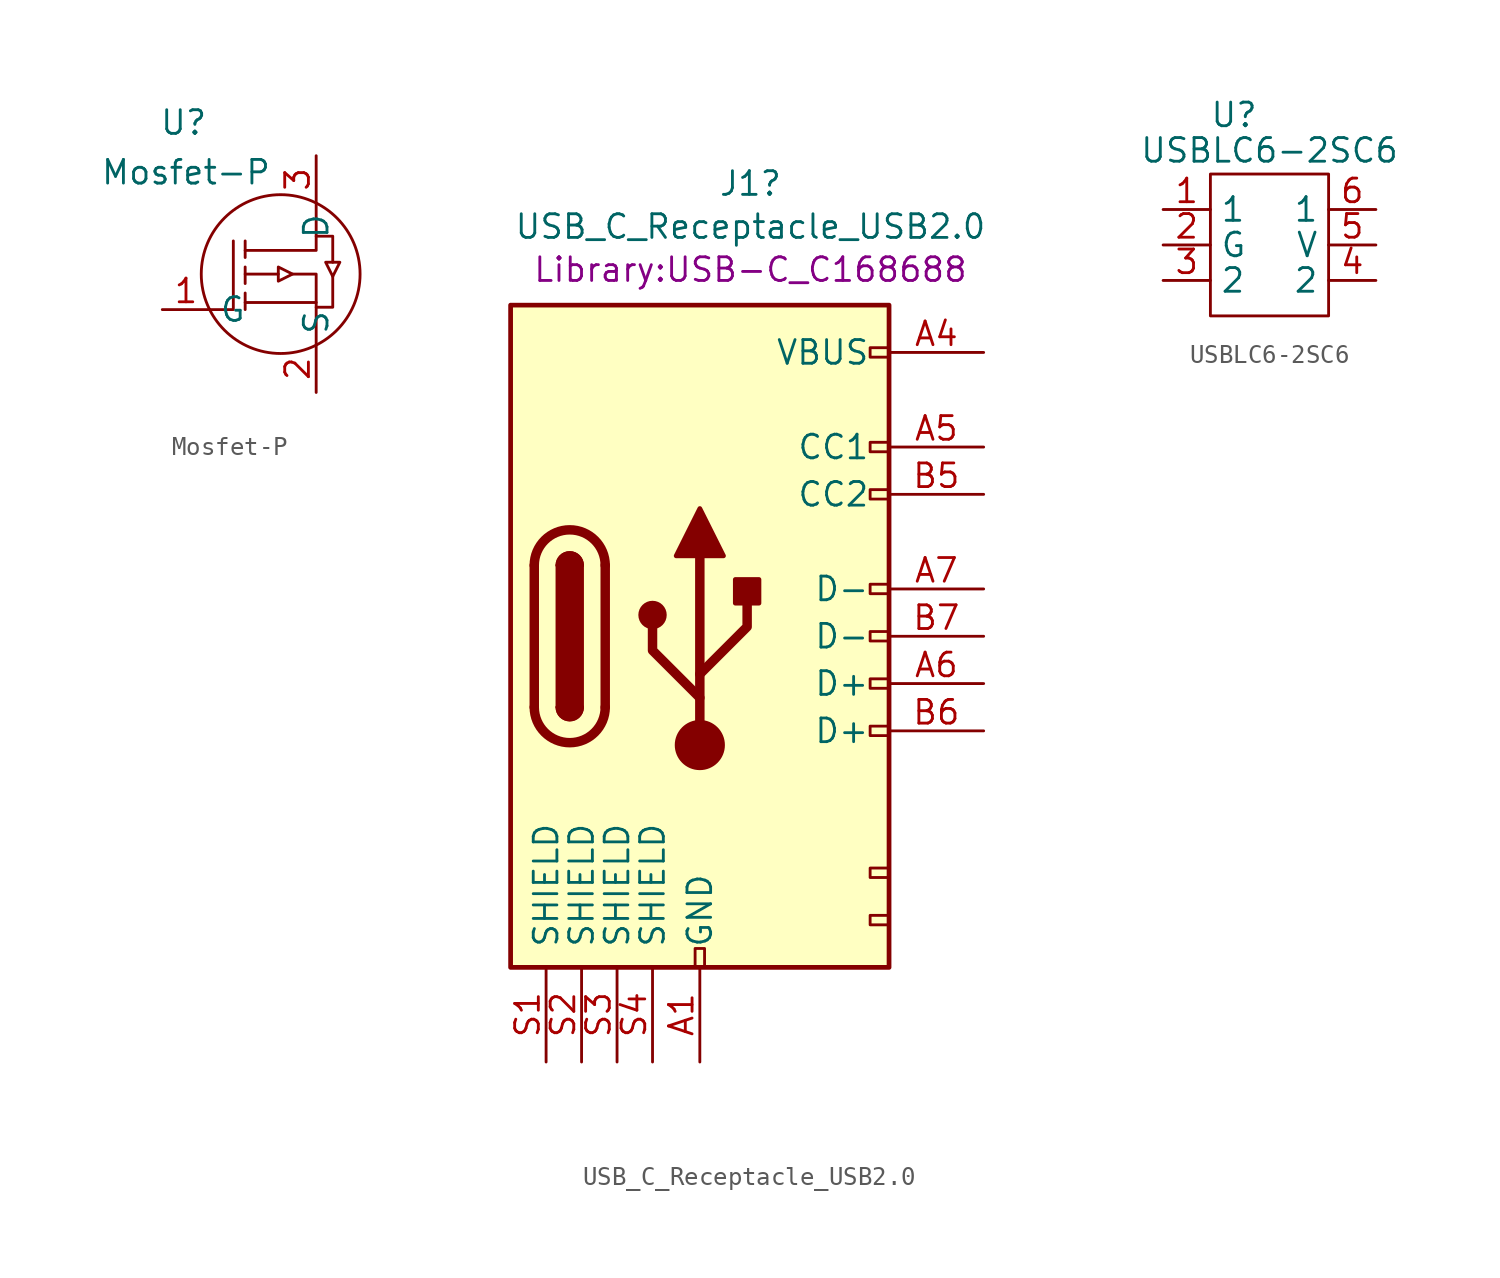
<source format=kicad_sym>
(kicad_symbol_lib
  (version 20211014)
  (generator kicad_symbol_editor)
  (symbol "Mosfet-P"
    (property "Reference" "U"
      (at -5.207 8.128 0)
      (effects (font (size 1.27 1.27))))
    (property "Value" "Mosfet-P"
      (at -5.08 5.461 0)
      (effects (font (size 1.27 1.27))))
    (symbol "Mosfet-P_0_1"
      (polyline (pts (xy -1.905 -1.905) (xy -1.905 -1.016)) (stroke (width 0) (type default) (color 0 0 0 0)) (fill (type none)))
      (polyline (pts (xy -1.905 -1.524) (xy 1.905 -1.524)) (stroke (width 0) (type default) (color 0 0 0 0)) (fill (type none)))
      (polyline (pts (xy -1.905 0) (xy -0.127 0)) (stroke (width 0) (type default) (color 0 0 0 0)) (fill (type none)))
      (polyline (pts (xy -1.905 0.381) (xy -1.905 -0.508)) (stroke (width 0) (type default) (color 0 0 0 0)) (fill (type none)))
      (polyline (pts (xy -1.905 1.778) (xy -1.905 0.889)) (stroke (width 0) (type default) (color 0 0 0 0)) (fill (type none)))
      (polyline (pts (xy -3.81 -1.905) (xy -2.54 -1.905) (xy -2.54 1.778)) (stroke (width 0) (type default) (color 0 0 0 0)) (fill (type none)))
      (polyline (pts (xy -1.905 1.27) (xy 1.905 1.27) (xy 1.905 3.81)) (stroke (width 0) (type default) (color 0 0 0 0)) (fill (type none)))
      (polyline (pts (xy 1.905 -3.81) (xy 1.905 0) (xy 0.635 0)) (stroke (width 0) (type default) (color 0 0 0 0)) (fill (type none)))
      (polyline (pts (xy 1.905 2.032) (xy 2.794 2.032) (xy 2.794 0.635)) (stroke (width 0) (type default) (color 0 0 0 0)) (fill (type none)))
      (polyline (pts (xy 2.794 -0.127) (xy 2.794 -1.778) (xy 1.905 -1.778)) (stroke (width 0) (type default) (color 0 0 0 0)) (fill (type none)))
      (polyline (pts (xy -0.127 0.381) (xy -0.127 -0.381) (xy 0.635 0) (xy -0.127 0.381)) (stroke (width 0) (type default) (color 0 0 0 0)) (fill (type none)))
      (polyline (pts (xy 3.175 0.635) (xy 2.413 0.635) (xy 2.794 -0.127) (xy 3.175 0.635)) (stroke (width 0) (type default) (color 0 0 0 0)) (fill (type none)))
      (circle (center 0 0) (radius 4.26) (stroke (width 0) (type default) (color 0 0 0 0)) (fill (type none))))
    (symbol "Mosfet-P_1_1"
      (pin input line (at -6.35 -1.905 0) (length 2.54) (name "G" (effects (font (size 1.27 1.27)))) (number "1" (effects (font (size 1.27 1.27)))))
      (pin input line (at 1.905 -6.35 90) (length 2.54) (name "S" (effects (font (size 1.27 1.27)))) (number "2" (effects (font (size 1.27 1.27)))))
      (pin input line (at 1.905 6.35 270) (length 2.54) (name "D" (effects (font (size 1.27 1.27)))) (number "3" (effects (font (size 1.27 1.27)))))))
  (symbol "USB_C_Receptacle_USB2.0"
    (pin_names
      (offset 1.016))
    (property "Reference" "J1"
      (at 2.718 24.308 0)
      (effects (font (size 1.27 1.27))))
    (property "Value" "USB_C_Receptacle_USB2.0"
      (at 2.718 21.996 0)
      (effects (font (size 1.27 1.27))))
    (property "Footprint" "Library:USB-C_C168688"
      (at 2.718 19.685 0)
      (effects (font (size 1.27 1.27))))
    (symbol "USB_C_Receptacle_USB2.0_0_0"
      (rectangle (start -0.254 -17.78) (end 0.254 -16.764) (stroke (width 0) (type default) (color 0 0 0 0)) (fill (type none)))
      (rectangle (start 10.16 -14.986) (end 9.144 -15.494) (stroke (width 0) (type default) (color 0 0 0 0)) (fill (type none)))
      (rectangle (start 10.16 -12.446) (end 9.144 -12.954) (stroke (width 0) (type default) (color 0 0 0 0)) (fill (type none)))
      (rectangle (start 10.16 -4.826) (end 9.144 -5.334) (stroke (width 0) (type default) (color 0 0 0 0)) (fill (type none)))
      (rectangle (start 10.16 -2.286) (end 9.144 -2.794) (stroke (width 0) (type default) (color 0 0 0 0)) (fill (type none)))
      (rectangle (start 10.16 0.254) (end 9.144 -0.254) (stroke (width 0) (type default) (color 0 0 0 0)) (fill (type none)))
      (rectangle (start 10.16 2.794) (end 9.144 2.286) (stroke (width 0) (type default) (color 0 0 0 0)) (fill (type none)))
      (rectangle (start 10.16 7.874) (end 9.144 7.366) (stroke (width 0) (type default) (color 0 0 0 0)) (fill (type none)))
      (rectangle (start 10.16 10.414) (end 9.144 9.906) (stroke (width 0) (type default) (color 0 0 0 0)) (fill (type none)))
      (rectangle (start 10.16 15.494) (end 9.144 14.986) (stroke (width 0) (type default) (color 0 0 0 0)) (fill (type none))))
    (symbol "USB_C_Receptacle_USB2.0_0_1"
      (rectangle (start -10.16 17.78) (end 10.16 -17.78) (stroke (width 0.254) (type default) (color 0 0 0 0)) (fill (type background)))
      (arc (start -8.89 -3.81) (mid -6.985 -5.715) (end -5.08 -3.81) (stroke (width 0.508) (type default) (color 0 0 0 0)) (fill (type none)))
      (arc (start -7.62 -3.81) (mid -6.985 -4.445) (end -6.35 -3.81) (stroke (width 0.254) (type default) (color 0 0 0 0)) (fill (type none)))
      (arc (start -7.62 -3.81) (mid -6.985 -4.445) (end -6.35 -3.81) (stroke (width 0.254) (type default) (color 0 0 0 0)) (fill (type outline)))
      (rectangle (start -7.62 -3.81) (end -6.35 3.81) (stroke (width 0.254) (type default) (color 0 0 0 0)) (fill (type outline)))
      (arc (start -6.35 3.81) (mid -6.985 4.445) (end -7.62 3.81) (stroke (width 0.254) (type default) (color 0 0 0 0)) (fill (type none)))
      (arc (start -6.35 3.81) (mid -6.985 4.445) (end -7.62 3.81) (stroke (width 0.254) (type default) (color 0 0 0 0)) (fill (type outline)))
      (arc (start -5.08 3.81) (mid -6.985 5.715) (end -8.89 3.81) (stroke (width 0.508) (type default) (color 0 0 0 0)) (fill (type none)))
      (circle (center -2.54 1.143) (radius 0.635) (stroke (width 0.254) (type default) (color 0 0 0 0)) (fill (type outline)))
      (circle (center 0 -5.842) (radius 1.27) (stroke (width 0) (type default) (color 0 0 0 0)) (fill (type outline)))
      (polyline (pts (xy -8.89 -3.81) (xy -8.89 3.81)) (stroke (width 0.508) (type default) (color 0 0 0 0)) (fill (type none)))
      (polyline (pts (xy -5.08 3.81) (xy -5.08 -3.81)) (stroke (width 0.508) (type default) (color 0 0 0 0)) (fill (type none)))
      (polyline (pts (xy 0 -5.842) (xy 0 4.318)) (stroke (width 0.508) (type default) (color 0 0 0 0)) (fill (type none)))
      (polyline (pts (xy 0 -3.302) (xy -2.54 -0.762) (xy -2.54 0.508)) (stroke (width 0.508) (type default) (color 0 0 0 0)) (fill (type none)))
      (polyline (pts (xy 0 -2.032) (xy 2.54 0.508) (xy 2.54 1.778)) (stroke (width 0.508) (type default) (color 0 0 0 0)) (fill (type none)))
      (polyline (pts (xy -1.27 4.318) (xy 0 6.858) (xy 1.27 4.318) (xy -1.27 4.318)) (stroke (width 0.254) (type default) (color 0 0 0 0)) (fill (type outline)))
      (rectangle (start 1.905 1.778) (end 3.175 3.048) (stroke (width 0.254) (type default) (color 0 0 0 0)) (fill (type outline))))
    (symbol "USB_C_Receptacle_USB2.0_1_1"
      (pin power_in line (at 0 -22.86 90) (length 5.08) (name "GND" (effects (font (size 1.27 1.27)))) (number "A1" (effects (font (size 1.27 1.27)))))
      (pin power_in line (at 15.24 15.24 180) (length 5.08) (name "VBUS" (effects (font (size 1.27 1.27)))) (number "A4" (effects (font (size 1.27 1.27)))))
      (pin bidirectional line (at 15.24 10.16 180) (length 5.08) (name "CC1" (effects (font (size 1.27 1.27)))) (number "A5" (effects (font (size 1.27 1.27)))))
      (pin bidirectional line (at 15.24 -2.54 180) (length 5.08) (name "D+" (effects (font (size 1.27 1.27)))) (number "A6" (effects (font (size 1.27 1.27)))))
      (pin bidirectional line (at 15.24 2.54 180) (length 5.08) (name "D-" (effects (font (size 1.27 1.27)))) (number "A7" (effects (font (size 1.27 1.27)))))
      (pin bidirectional line (at 15.24 7.62 180) (length 5.08) (name "CC2" (effects (font (size 1.27 1.27)))) (number "B5" (effects (font (size 1.27 1.27)))))
      (pin bidirectional line (at 15.24 -5.08 180) (length 5.08) (name "D+" (effects (font (size 1.27 1.27)))) (number "B6" (effects (font (size 1.27 1.27)))))
      (pin bidirectional line (at 15.24 0 180) (length 5.08) (name "D-" (effects (font (size 1.27 1.27)))) (number "B7" (effects (font (size 1.27 1.27)))))
      (pin passive line (at -8.255 -22.86 90) (length 5.08) (name "SHIELD" (effects (font (size 1.27 1.27)))) (number "S1" (effects (font (size 1.27 1.27)))))
      (pin passive line (at -6.35 -22.86 90) (length 5.08) (name "SHIELD" (effects (font (size 1.27 1.27)))) (number "S2" (effects (font (size 1.27 1.27)))))
      (pin passive line (at -4.445 -22.86 90) (length 5.08) (name "SHIELD" (effects (font (size 1.27 1.27)))) (number "S3" (effects (font (size 1.27 1.27)))))
      (pin passive line (at -2.54 -22.86 90) (length 5.08) (name "SHIELD" (effects (font (size 1.27 1.27)))) (number "S4" (effects (font (size 1.27 1.27)))))))
  (symbol "USBLC6-2SC6"
    (property "Reference" "U"
      (at 1.27 3.175 0)
      (effects (font (size 1.27 1.27))))
    (property "Value" "USBLC6-2SC6"
      (at 3.175 1.27 0)
      (effects (font (size 1.27 1.27))))
    (symbol "USBLC6-2SC6_0_1"
      (rectangle (start 0 0) (end 6.35 -7.62) (stroke (width 0) (type default) (color 0 0 0 0)) (fill (type none))))
    (symbol "USBLC6-2SC6_1_1"
      (pin input line (at -2.54 -1.905 0) (length 2.54) (name "1" (effects (font (size 1.27 1.27)))) (number "1" (effects (font (size 1.27 1.27)))))
      (pin input line (at -2.54 -3.81 0) (length 2.54) (name "G" (effects (font (size 1.27 1.27)))) (number "2" (effects (font (size 1.27 1.27)))))
      (pin input line (at -2.54 -5.715 0) (length 2.54) (name "2" (effects (font (size 1.27 1.27)))) (number "3" (effects (font (size 1.27 1.27)))))
      (pin input line (at 8.89 -5.715 180) (length 2.54) (name "2" (effects (font (size 1.27 1.27)))) (number "4" (effects (font (size 1.27 1.27)))))
      (pin input line (at 8.89 -3.81 180) (length 2.54) (name "V" (effects (font (size 1.27 1.27)))) (number "5" (effects (font (size 1.27 1.27)))))
      (pin input line (at 8.89 -1.905 180) (length 2.54) (name "1" (effects (font (size 1.27 1.27)))) (number "6" (effects (font (size 1.27 1.27))))))))
</source>
